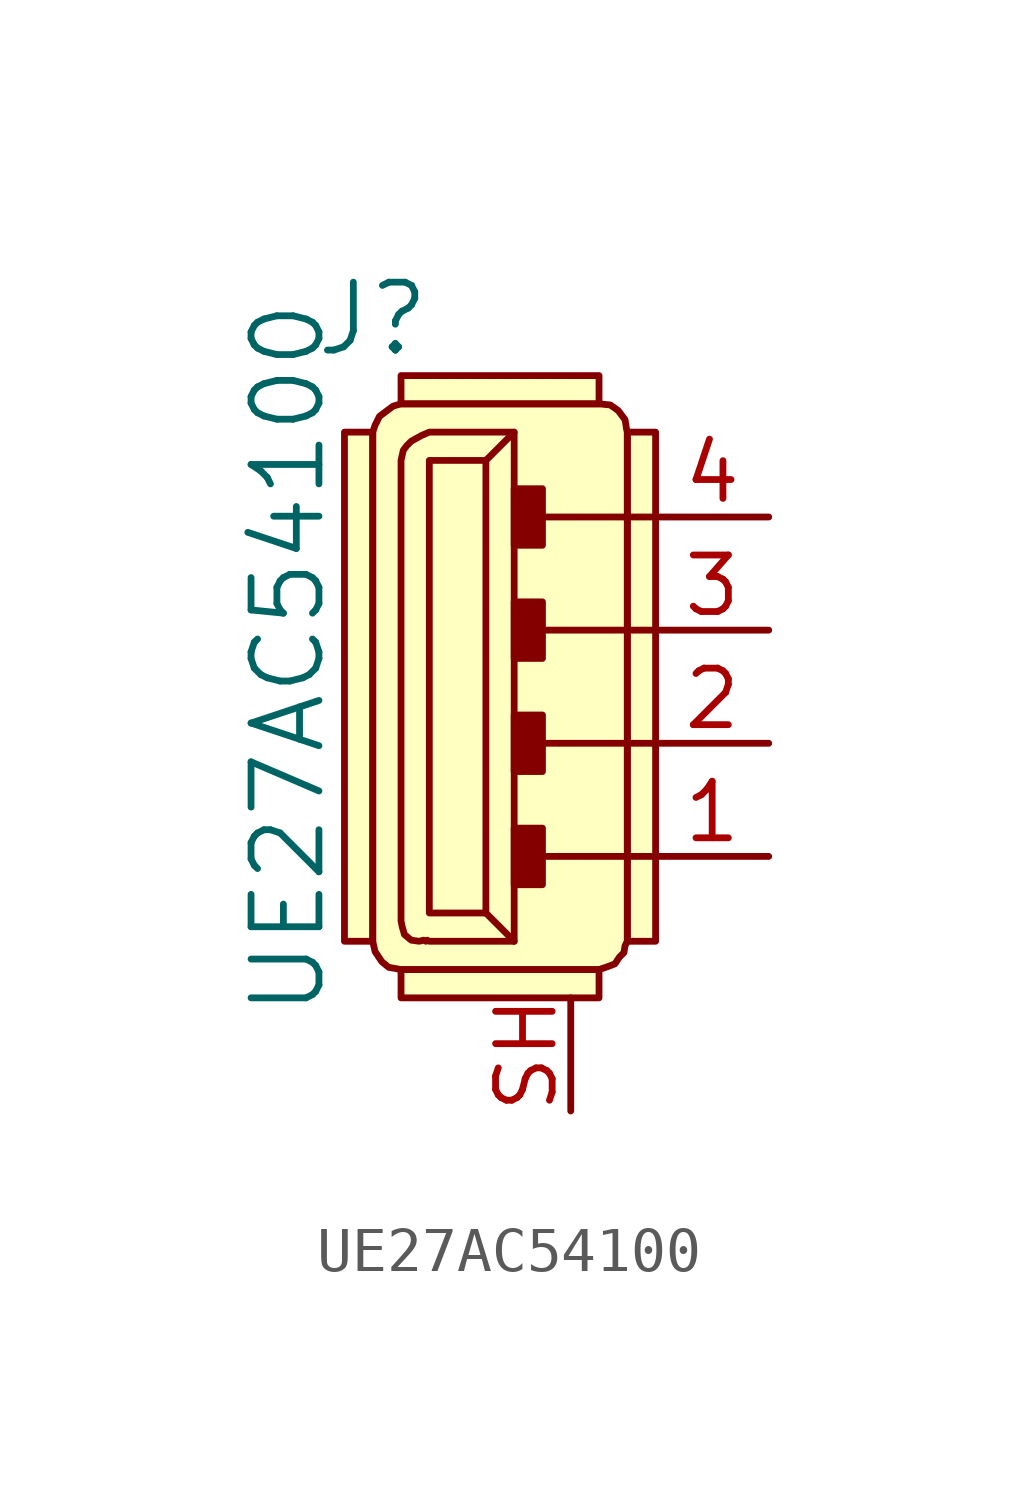
<source format=kicad_sym>
(kicad_symbol_lib
  (version 20201005)
  (generator kicad_symbol_editor)
  (symbol "UE27AC54100"
    (pin_names
      (offset 1.016))
    (property "Reference" "J"
      (at -1.27 9.525 0)
      (effects (font (size 1.524 1.524))))
    (property "Value" "UE27AC54100"
      (at -3.175 1.905 90)
      (effects (font (size 1.524 1.524))))
    (symbol "UE27AC54100_0_1"
      (rectangle (start 1.27 6.35) (end 0 -3.81) (stroke (width 0)) (fill (type none)))
      (rectangle (start 2.54 -1.905) (end 1.905 -3.175) (stroke (width 0)) (fill (type outline)))
      (rectangle (start 2.54 0.635) (end 1.905 -0.635) (stroke (width 0)) (fill (type outline)))
      (rectangle (start 2.54 3.175) (end 1.905 1.905) (stroke (width 0)) (fill (type outline)))
      (rectangle (start 2.54 4.445) (end 1.905 5.715) (stroke (width 0)) (fill (type outline)))
      (rectangle (start -1.27 -4.445) (end -1.905 6.985) (stroke (width 0)) (fill (type background)))
      (rectangle (start 3.81 -5.08) (end -0.635 -5.715) (stroke (width 0)) (fill (type background)))
      (rectangle (start 3.81 7.62) (end -0.635 8.255) (stroke (width 0)) (fill (type background)))
      (rectangle (start 4.445 6.985) (end 5.08 -4.445) (stroke (width 0)) (fill (type background)))
      (polyline (pts (xy 1.27 -3.81) (xy 1.905 -4.445)) (stroke (width 0)) (fill (type none)))
      (polyline (pts (xy 1.27 6.35) (xy 1.905 6.985)) (stroke (width 0)) (fill (type none)))
      (polyline (pts (xy 5.08 -2.54) (xy 2.54 -2.54)) (stroke (width 0)) (fill (type none)))
      (polyline (pts (xy 5.08 0) (xy 2.54 0)) (stroke (width 0)) (fill (type none)))
      (polyline (pts (xy 5.08 2.54) (xy 2.54 2.54)) (stroke (width 0)) (fill (type none)))
      (polyline (pts (xy 5.08 5.08) (xy 2.54 5.08)) (stroke (width 0)) (fill (type none)))
      (polyline (pts (xy -0.635 6.35) (xy -0.635 -3.81) (xy -0.635 -3.988) (xy -0.61 -4.115) (xy -0.559 -4.293) (xy -0.406 -4.42) (xy -0.229 -4.445) (xy -0.127 -4.42) (xy -0.076 -4.445) (xy -0.051 -4.42) (xy 0 -4.445) (xy 1.905 -4.445) (xy 1.905 6.985) (xy 0 6.985) (xy -0.178 6.909) (xy -0.406 6.782) (xy -0.508 6.68) (xy -0.584 6.579) (xy -0.635 6.35)) (stroke (width 0)) (fill (type none)))
      (polyline (pts (xy -0.635 -5.08) (xy 3.81 -5.08) (xy 3.962 -5.029) (xy 4.166 -4.953) (xy 4.267 -4.801) (xy 4.369 -4.699) (xy 4.394 -4.547) (xy 4.445 -4.445) (xy 4.445 6.985) (xy 4.42 7.087) (xy 4.42 7.112) (xy 4.394 7.264) (xy 4.242 7.468) (xy 4.064 7.595) (xy 3.81 7.62) (xy -0.635 7.62) (xy -0.813 7.569) (xy -1.118 7.341) (xy -1.219 7.137) (xy -1.27 6.985) (xy -1.27 -4.445) (xy -1.219 -4.674) (xy -1.067 -4.902) (xy -0.914 -5.029) (xy -0.635 -5.08)) (stroke (width 0)) (fill (type background))))
    (symbol "UE27AC54100_1_1"
      (pin passive line (at 7.62 -2.54 180) (length 2.54) (name "~" (effects (font (size 1.27 1.27)))) (number "1" (effects (font (size 1.27 1.27)))))
      (pin passive line (at 7.62 0 180) (length 2.54) (name "~" (effects (font (size 1.27 1.27)))) (number "2" (effects (font (size 1.27 1.27)))))
      (pin passive line (at 7.62 2.54 180) (length 2.54) (name "~" (effects (font (size 1.27 1.27)))) (number "3" (effects (font (size 1.27 1.27)))))
      (pin passive line (at 7.62 5.08 180) (length 2.54) (name "~" (effects (font (size 1.27 1.27)))) (number "4" (effects (font (size 1.27 1.27)))))
      (pin passive line (at 3.175 -8.255 90) (length 2.54) (name "~" (effects (font (size 1.27 1.27)))) (number "SH" (effects (font (size 1.27 1.27))))))))
</source>
